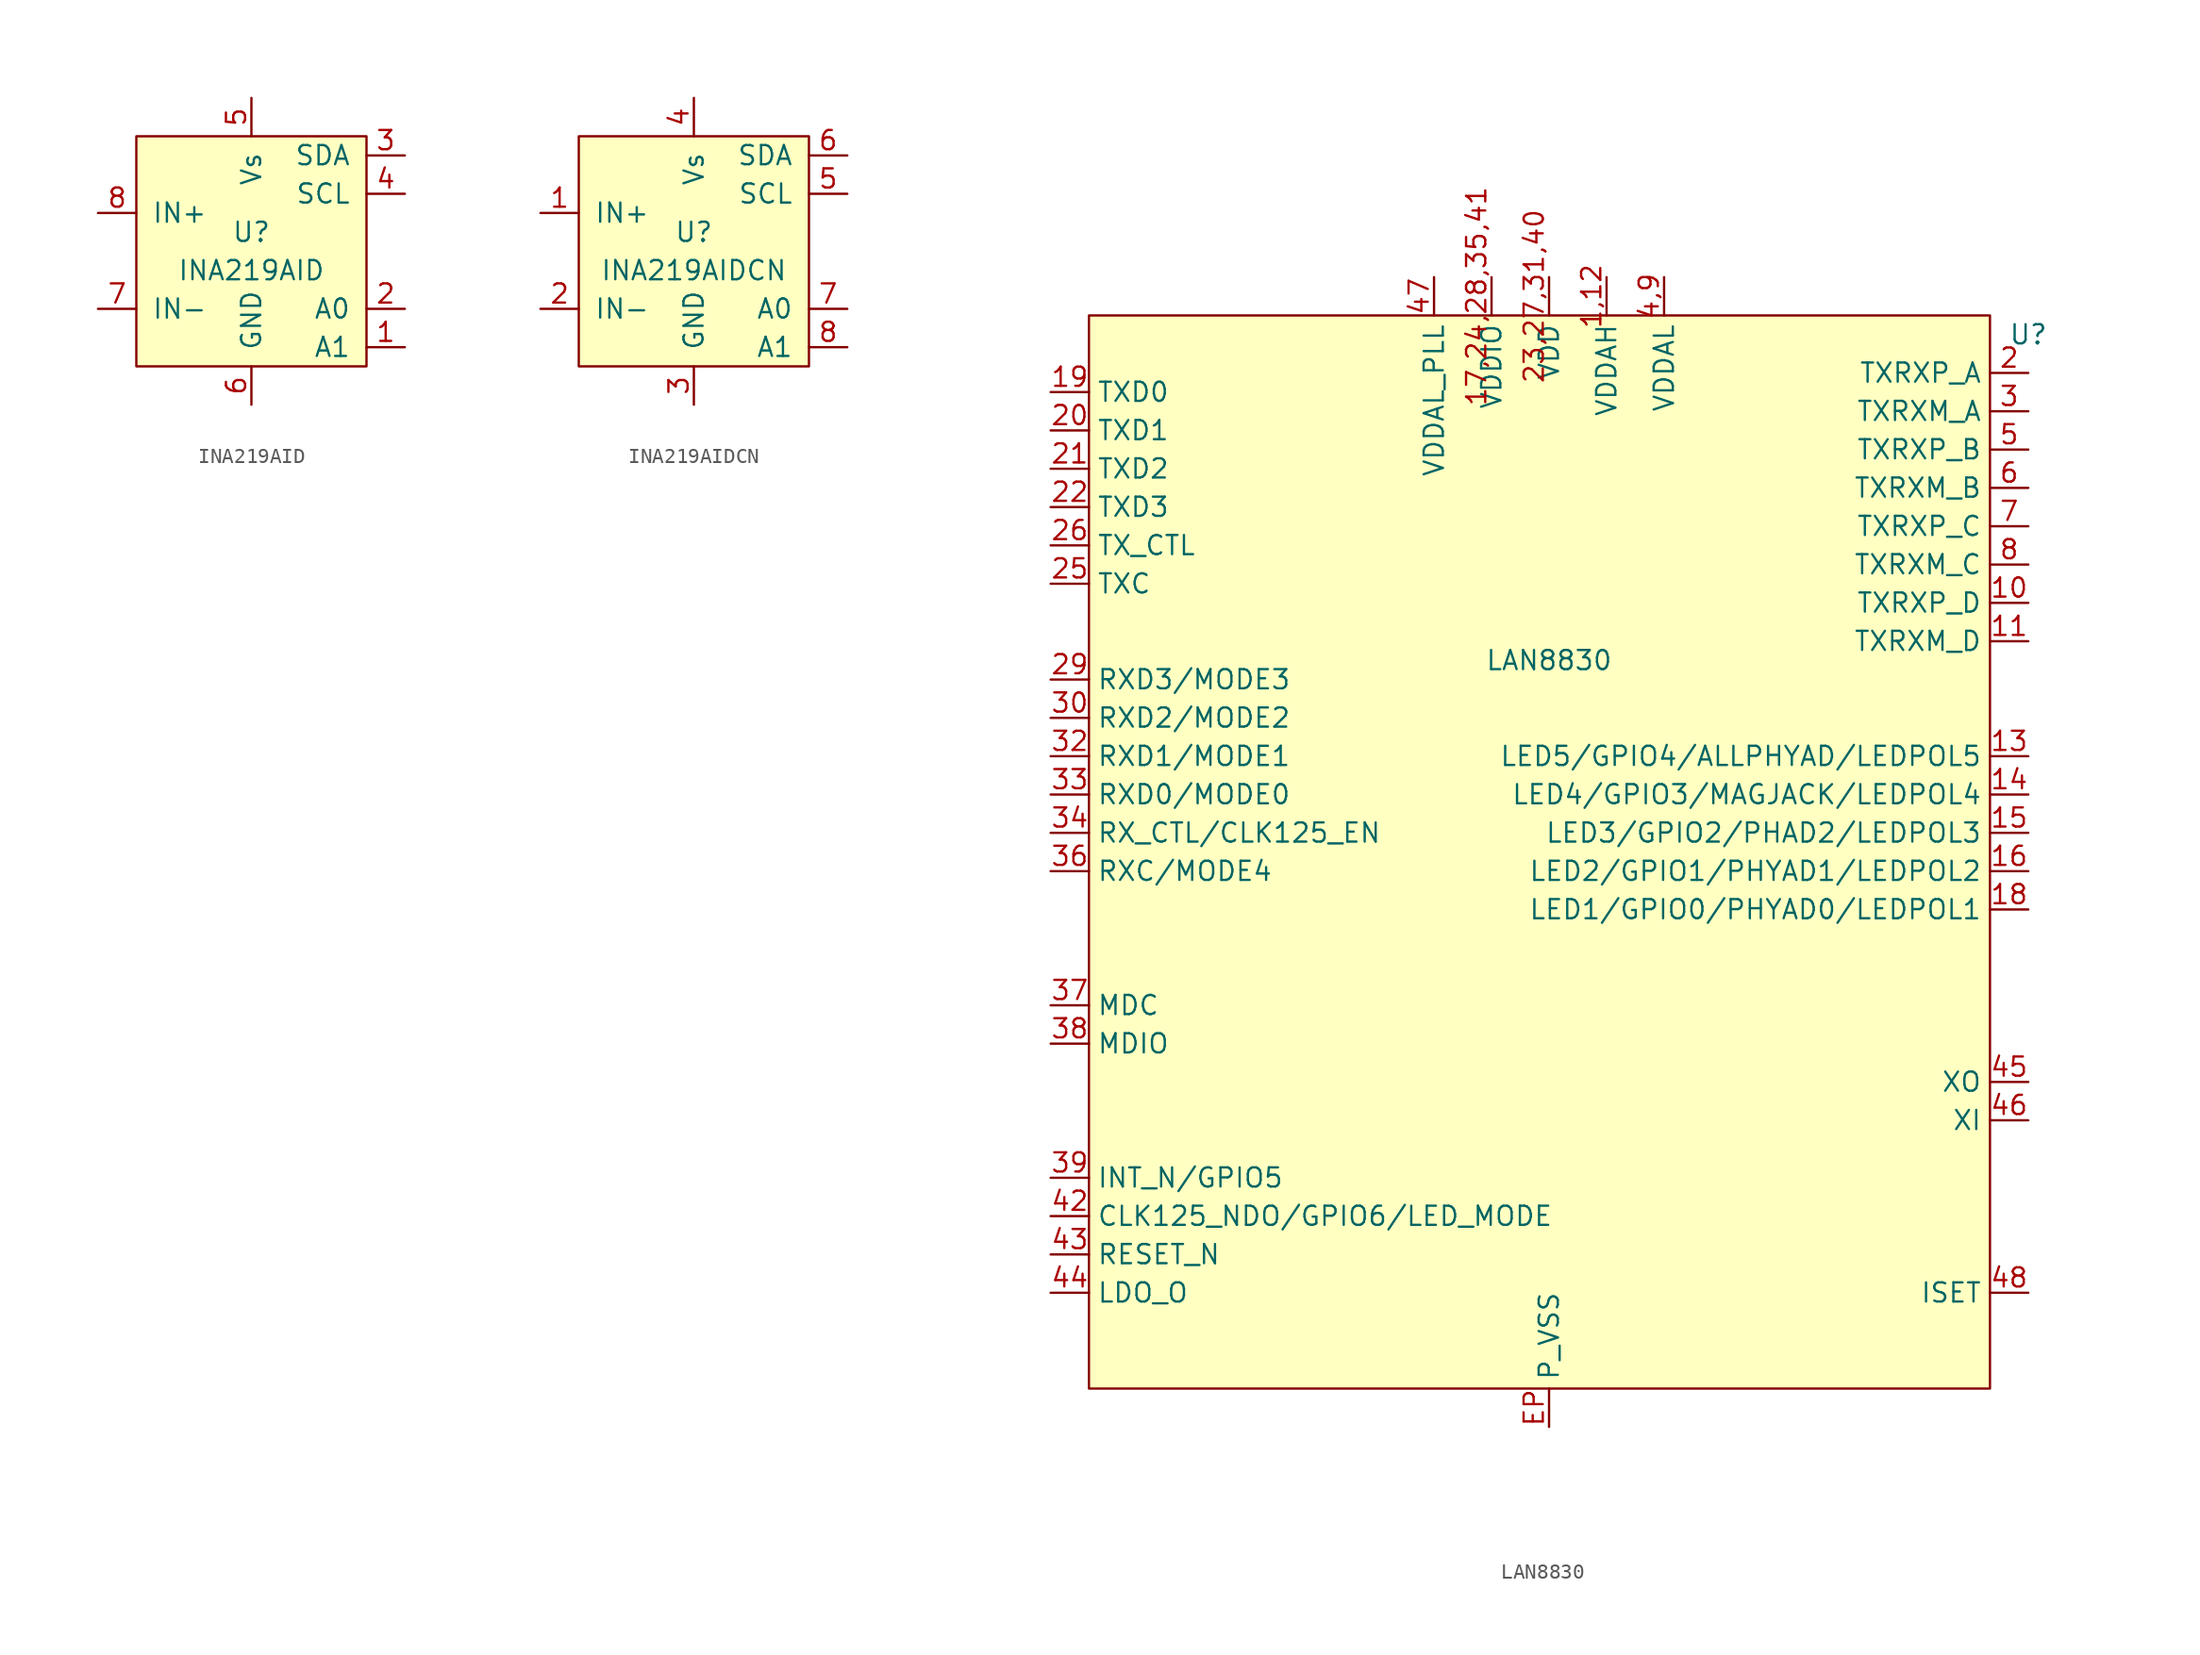
<source format=kicad_sym>
(kicad_symbol_lib
  (version 20211014)
  (generator kicad_symbol_editor)
  (symbol "INA219AID"
    (pin_names
      (offset 1.016))
    (property "Reference" "U"
      (at 0 1.27 0)
      (effects (font (size 1.27 1.27))))
    (property "Value" "INA219AID"
      (at 0 -1.27 0)
      (effects (font (size 1.27 1.27))))
    (symbol "INA219AID_0_1"
      (rectangle (start -7.62 -7.62) (end 7.62 7.62) (stroke (width 0) (type default) (color 0 0 0 0)) (fill (type background))))
    (symbol "INA219AID_1_1"
      (pin input line (at 10.16 -6.35 180) (length 2.54) (name "A1" (effects (font (size 1.27 1.27)))) (number "1" (effects (font (size 1.27 1.27)))))
      (pin input line (at 10.16 -3.81 180) (length 2.54) (name "A0" (effects (font (size 1.27 1.27)))) (number "2" (effects (font (size 1.27 1.27)))))
      (pin tri_state line (at 10.16 6.35 180) (length 2.54) (name "SDA" (effects (font (size 1.27 1.27)))) (number "3" (effects (font (size 1.27 1.27)))))
      (pin tri_state line (at 10.16 3.81 180) (length 2.54) (name "SCL" (effects (font (size 1.27 1.27)))) (number "4" (effects (font (size 1.27 1.27)))))
      (pin power_in line (at 0 10.16 270) (length 2.54) (name "Vs" (effects (font (size 1.27 1.27)))) (number "5" (effects (font (size 1.27 1.27)))))
      (pin power_in line (at 0 -10.16 90) (length 2.54) (name "GND" (effects (font (size 1.27 1.27)))) (number "6" (effects (font (size 1.27 1.27)))))
      (pin passive line (at -10.16 -3.81 0) (length 2.54) (name "IN-" (effects (font (size 1.27 1.27)))) (number "7" (effects (font (size 1.27 1.27)))))
      (pin passive line (at -10.16 2.54 0) (length 2.54) (name "IN+" (effects (font (size 1.27 1.27)))) (number "8" (effects (font (size 1.27 1.27)))))))
  (symbol "INA219AIDCN"
    (pin_names
      (offset 1.016))
    (property "Reference" "U"
      (at 0 1.27 0)
      (effects (font (size 1.27 1.27))))
    (property "Value" "INA219AIDCN"
      (at 0 -1.27 0)
      (effects (font (size 1.27 1.27))))
    (symbol "INA219AIDCN_0_1"
      (rectangle (start -7.62 -7.62) (end 7.62 7.62) (stroke (width 0) (type default) (color 0 0 0 0)) (fill (type background))))
    (symbol "INA219AIDCN_1_1"
      (pin passive line (at -10.16 2.54 0) (length 2.54) (name "IN+" (effects (font (size 1.27 1.27)))) (number "1" (effects (font (size 1.27 1.27)))))
      (pin passive line (at -10.16 -3.81 0) (length 2.54) (name "IN-" (effects (font (size 1.27 1.27)))) (number "2" (effects (font (size 1.27 1.27)))))
      (pin power_in line (at 0 -10.16 90) (length 2.54) (name "GND" (effects (font (size 1.27 1.27)))) (number "3" (effects (font (size 1.27 1.27)))))
      (pin power_in line (at 0 10.16 270) (length 2.54) (name "Vs" (effects (font (size 1.27 1.27)))) (number "4" (effects (font (size 1.27 1.27)))))
      (pin tri_state line (at 10.16 3.81 180) (length 2.54) (name "SCL" (effects (font (size 1.27 1.27)))) (number "5" (effects (font (size 1.27 1.27)))))
      (pin tri_state line (at 10.16 6.35 180) (length 2.54) (name "SDA" (effects (font (size 1.27 1.27)))) (number "6" (effects (font (size 1.27 1.27)))))
      (pin input line (at 10.16 -3.81 180) (length 2.54) (name "A0" (effects (font (size 1.27 1.27)))) (number "7" (effects (font (size 1.27 1.27)))))
      (pin input line (at 10.16 -6.35 180) (length 2.54) (name "A1" (effects (font (size 1.27 1.27)))) (number "8" (effects (font (size 1.27 1.27)))))))
  (symbol "LAN8830"
    (property "Reference" "U"
      (at 31.75 35.56 0)
      (effects (font (size 1.27 1.27))))
    (property "Value" "LAN8830"
      (at 0 13.97 0)
      (effects (font (size 1.27 1.27))))
    (symbol "LAN8830_0_0"
      (pin power_in line (at 3.81 39.37 270) (length 2.54) (name "VDDAH" (effects (font (size 1.27 1.27)))) (number "1,12" (effects (font (size 1.27 1.27)))))
      (pin passive line (at 31.75 17.78 180) (length 2.54) (name "TXRXP_D" (effects (font (size 1.27 1.27)))) (number "10" (effects (font (size 1.27 1.27)))))
      (pin passive line (at 31.75 15.24 180) (length 2.54) (name "TXRXM_D" (effects (font (size 1.27 1.27)))) (number "11" (effects (font (size 1.27 1.27)))))
      (pin passive line (at 31.75 7.62 180) (length 2.54) (name "LED5/GPIO4/ALLPHYAD/LEDPOL5" (effects (font (size 1.27 1.27)))) (number "13" (effects (font (size 1.27 1.27)))))
      (pin passive line (at 31.75 5.08 180) (length 2.54) (name "LED4/GPIO3/MAGJACK/LEDPOL4" (effects (font (size 1.27 1.27)))) (number "14" (effects (font (size 1.27 1.27)))))
      (pin passive line (at 31.75 2.54 180) (length 2.54) (name "LED3/GPIO2/PHAD2/LEDPOL3" (effects (font (size 1.27 1.27)))) (number "15" (effects (font (size 1.27 1.27)))))
      (pin passive line (at 31.75 0 180) (length 2.54) (name "LED2/GPIO1/PHYAD1/LEDPOL2" (effects (font (size 1.27 1.27)))) (number "16" (effects (font (size 1.27 1.27)))))
      (pin power_in line (at -3.81 39.37 270) (length 2.54) (name "VDDIO" (effects (font (size 1.27 1.27)))) (number "17,24,28,35,41" (effects (font (size 1.27 1.27)))))
      (pin passive line (at 31.75 -2.54 180) (length 2.54) (name "LED1/GPIO0/PHYAD0/LEDPOL1" (effects (font (size 1.27 1.27)))) (number "18" (effects (font (size 1.27 1.27)))))
      (pin input line (at -33.02 31.75 0) (length 2.54) (name "TXD0" (effects (font (size 1.27 1.27)))) (number "19" (effects (font (size 1.27 1.27)))))
      (pin passive line (at 31.75 33.02 180) (length 2.54) (name "TXRXP_A" (effects (font (size 1.27 1.27)))) (number "2" (effects (font (size 1.27 1.27)))))
      (pin input line (at -33.02 29.21 0) (length 2.54) (name "TXD1" (effects (font (size 1.27 1.27)))) (number "20" (effects (font (size 1.27 1.27)))))
      (pin input line (at -33.02 26.67 0) (length 2.54) (name "TXD2" (effects (font (size 1.27 1.27)))) (number "21" (effects (font (size 1.27 1.27)))))
      (pin input line (at -33.02 24.13 0) (length 2.54) (name "TXD3" (effects (font (size 1.27 1.27)))) (number "22" (effects (font (size 1.27 1.27)))))
      (pin power_in line (at 0 39.37 270) (length 2.54) (name "VDD" (effects (font (size 1.27 1.27)))) (number "23,27,31,40" (effects (font (size 1.27 1.27)))))
      (pin input line (at -33.02 19.05 0) (length 2.54) (name "TXC" (effects (font (size 1.27 1.27)))) (number "25" (effects (font (size 1.27 1.27)))))
      (pin input line (at -33.02 21.59 0) (length 2.54) (name "TX_CTL" (effects (font (size 1.27 1.27)))) (number "26" (effects (font (size 1.27 1.27)))))
      (pin passive line (at -33.02 12.7 0) (length 2.54) (name "RXD3/MODE3" (effects (font (size 1.27 1.27)))) (number "29" (effects (font (size 1.27 1.27)))))
      (pin passive line (at 31.75 30.48 180) (length 2.54) (name "TXRXM_A" (effects (font (size 1.27 1.27)))) (number "3" (effects (font (size 1.27 1.27)))))
      (pin passive line (at -33.02 10.16 0) (length 2.54) (name "RXD2/MODE2" (effects (font (size 1.27 1.27)))) (number "30" (effects (font (size 1.27 1.27)))))
      (pin passive line (at -33.02 7.62 0) (length 2.54) (name "RXD1/MODE1" (effects (font (size 1.27 1.27)))) (number "32" (effects (font (size 1.27 1.27)))))
      (pin passive line (at -33.02 5.08 0) (length 2.54) (name "RXD0/MODE0" (effects (font (size 1.27 1.27)))) (number "33" (effects (font (size 1.27 1.27)))))
      (pin passive line (at -33.02 2.54 0) (length 2.54) (name "RX_CTL/CLK125_EN" (effects (font (size 1.27 1.27)))) (number "34" (effects (font (size 1.27 1.27)))))
      (pin passive line (at -33.02 0 0) (length 2.54) (name "RXC/MODE4" (effects (font (size 1.27 1.27)))) (number "36" (effects (font (size 1.27 1.27)))))
      (pin passive line (at -33.02 -8.89 0) (length 2.54) (name "MDC" (effects (font (size 1.27 1.27)))) (number "37" (effects (font (size 1.27 1.27)))))
      (pin passive line (at -33.02 -11.43 0) (length 2.54) (name "MDIO" (effects (font (size 1.27 1.27)))) (number "38" (effects (font (size 1.27 1.27)))))
      (pin passive line (at -33.02 -20.32 0) (length 2.54) (name "INT_N/GPIO5" (effects (font (size 1.27 1.27)))) (number "39" (effects (font (size 1.27 1.27)))))
      (pin power_in line (at 7.62 39.37 270) (length 2.54) (name "VDDAL" (effects (font (size 1.27 1.27)))) (number "4,9" (effects (font (size 1.27 1.27)))))
      (pin passive line (at -33.02 -22.86 0) (length 2.54) (name "CLK125_NDO/GPIO6/LED_MODE" (effects (font (size 1.27 1.27)))) (number "42" (effects (font (size 1.27 1.27)))))
      (pin passive line (at -33.02 -25.4 0) (length 2.54) (name "RESET_N" (effects (font (size 1.27 1.27)))) (number "43" (effects (font (size 1.27 1.27)))))
      (pin passive line (at -33.02 -27.94 0) (length 2.54) (name "LDO_O" (effects (font (size 1.27 1.27)))) (number "44" (effects (font (size 1.27 1.27)))))
      (pin passive line (at 31.75 -13.97 180) (length 2.54) (name "XO" (effects (font (size 1.27 1.27)))) (number "45" (effects (font (size 1.27 1.27)))))
      (pin passive line (at 31.75 -16.51 180) (length 2.54) (name "XI" (effects (font (size 1.27 1.27)))) (number "46" (effects (font (size 1.27 1.27)))))
      (pin power_in line (at -7.62 39.37 270) (length 2.54) (name "VDDAL_PLL" (effects (font (size 1.27 1.27)))) (number "47" (effects (font (size 1.27 1.27)))))
      (pin passive line (at 31.75 -27.94 180) (length 2.54) (name "ISET" (effects (font (size 1.27 1.27)))) (number "48" (effects (font (size 1.27 1.27)))))
      (pin passive line (at 31.75 27.94 180) (length 2.54) (name "TXRXP_B" (effects (font (size 1.27 1.27)))) (number "5" (effects (font (size 1.27 1.27)))))
      (pin passive line (at 31.75 25.4 180) (length 2.54) (name "TXRXM_B" (effects (font (size 1.27 1.27)))) (number "6" (effects (font (size 1.27 1.27)))))
      (pin passive line (at 31.75 22.86 180) (length 2.54) (name "TXRXP_C" (effects (font (size 1.27 1.27)))) (number "7" (effects (font (size 1.27 1.27)))))
      (pin passive line (at 31.75 20.32 180) (length 2.54) (name "TXRXM_C" (effects (font (size 1.27 1.27)))) (number "8" (effects (font (size 1.27 1.27)))))
      (pin power_in line (at 0 -36.83 90) (length 2.54) (name "P_VSS" (effects (font (size 1.27 1.27)))) (number "EP" (effects (font (size 1.27 1.27))))))
    (symbol "LAN8830_0_1"
      (rectangle (start -30.48 36.83) (end 29.21 -34.29) (stroke (width 0.152) (type default) (color 0 0 0 0)) (fill (type background))))))
</source>
